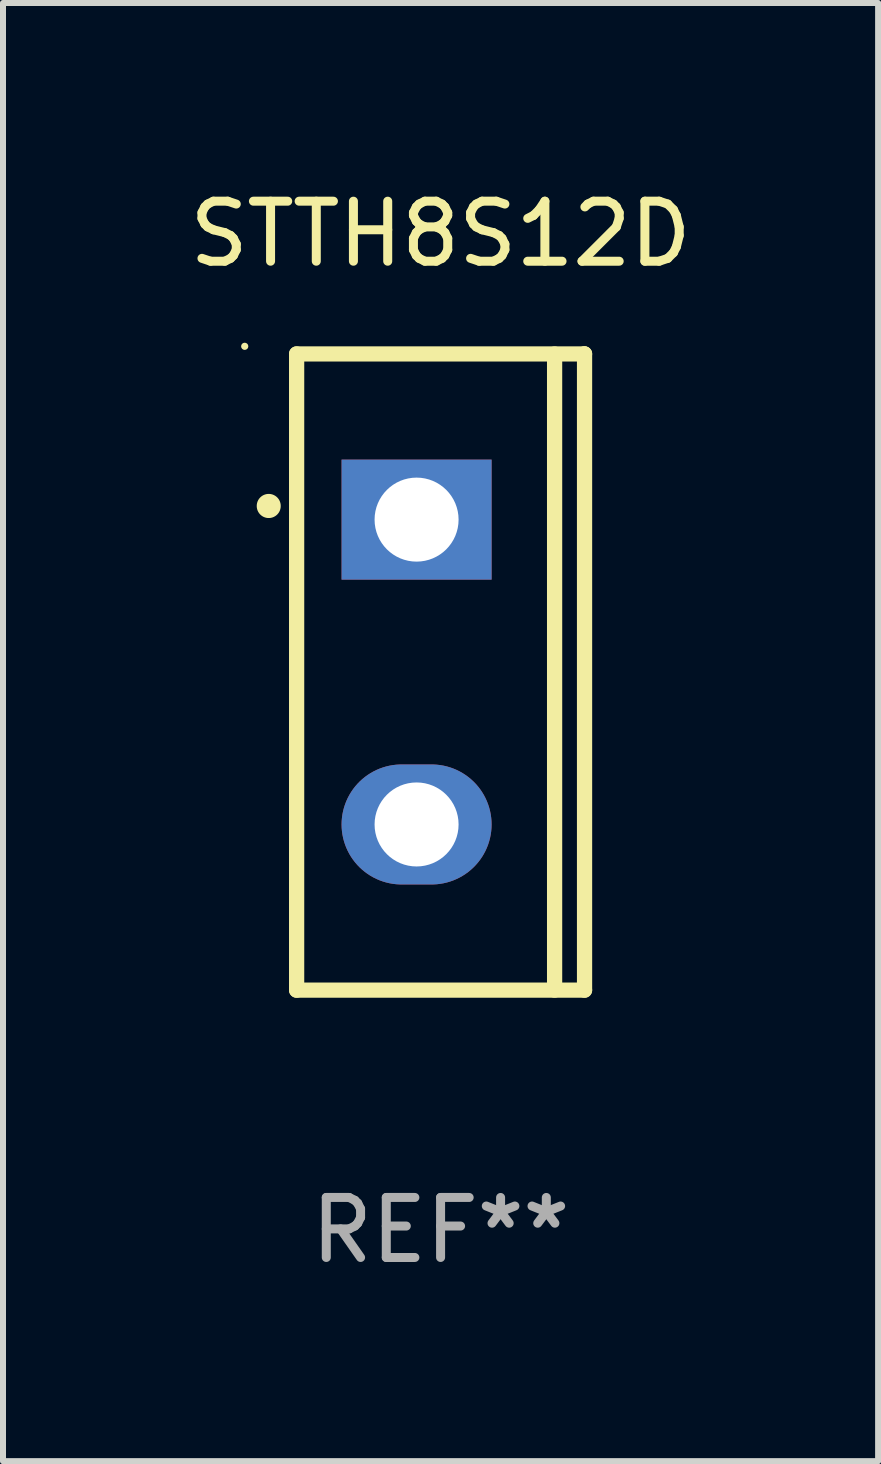
<source format=kicad_pcb>
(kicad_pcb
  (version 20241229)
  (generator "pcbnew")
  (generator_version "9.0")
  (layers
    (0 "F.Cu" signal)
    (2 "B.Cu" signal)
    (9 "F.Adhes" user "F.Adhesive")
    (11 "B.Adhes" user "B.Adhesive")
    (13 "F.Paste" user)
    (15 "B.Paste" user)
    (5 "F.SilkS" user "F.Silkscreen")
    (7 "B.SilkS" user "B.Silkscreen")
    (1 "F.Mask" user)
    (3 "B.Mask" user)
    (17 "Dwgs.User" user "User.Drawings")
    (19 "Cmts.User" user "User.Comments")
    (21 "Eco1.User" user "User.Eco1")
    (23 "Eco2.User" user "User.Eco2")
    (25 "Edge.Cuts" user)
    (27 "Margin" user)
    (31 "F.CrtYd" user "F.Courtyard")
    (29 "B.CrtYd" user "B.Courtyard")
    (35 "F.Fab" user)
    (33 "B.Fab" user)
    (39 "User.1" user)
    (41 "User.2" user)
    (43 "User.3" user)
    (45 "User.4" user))
  (footprint "STTH8S12D"
    (layer "F.Cu")
    (at 4.292 8.149)
    (property "Reference" "STTH8S12D" (at 0 -7.301 0) (layer "F.SilkS") (effects (font (size 1 1) (thickness 0.15))))
    (attr through_hole)
    (fp_line (start -2.399 -5.301) (end 2.394 -5.301) (stroke (width 0.254) (type solid)) (layer "F.SilkS"))
    (fp_line (start -2.399 5.301) (end -2.399 -5.301) (stroke (width 0.254) (type solid)) (layer "F.SilkS"))
    (fp_line (start 1.9 5.3) (end 1.9 -5.3) (stroke (width 0.254) (type solid)) (layer "F.SilkS"))
    (fp_line (start 2.394 -5.301) (end 2.399 -5.301) (stroke (width 0.254) (type solid)) (layer "F.SilkS"))
    (fp_line (start 2.399 -5.301) (end 2.399 5.301) (stroke (width 0.254) (type solid)) (layer "F.SilkS"))
    (fp_line (start 2.399 5.301) (end -2.399 5.301) (stroke (width 0.254) (type solid)) (layer "F.SilkS"))
    (fp_arc (start -2.863843 -2.766066) (mid -2.863847 -2.767336) (end -2.863843 -2.768606) (stroke (width 0.4) (type solid)) (layer "F.SilkS"))
    (fp_circle (center -3.264 -5.428) (end -3.234 -5.428) (stroke (width 0.06) (type solid)) (fill no) (layer "F.SilkS"))
    (fp_text user "REF**" (at 0 9.301 0) (layer "F.Fab") (effects (font (size 1 1) (thickness 0.15))))
    (pad "1" thru_hole rect (at -0.4 -2.54 270) (size 2 2.5) (drill 1.4) (layers "*.Cu" "*.Mask"))
    (pad "2" thru_hole oval (at -0.4 2.54 270) (size 2 2.5) (drill 1.4) (layers "*.Cu" "*.Mask")))
  (gr_rect
    (start -3 -3)
    (end 11.583 21.299)
    (stroke (width 0.1) (type default))
    (fill no)
    (layer "Edge.Cuts")))
</source>
